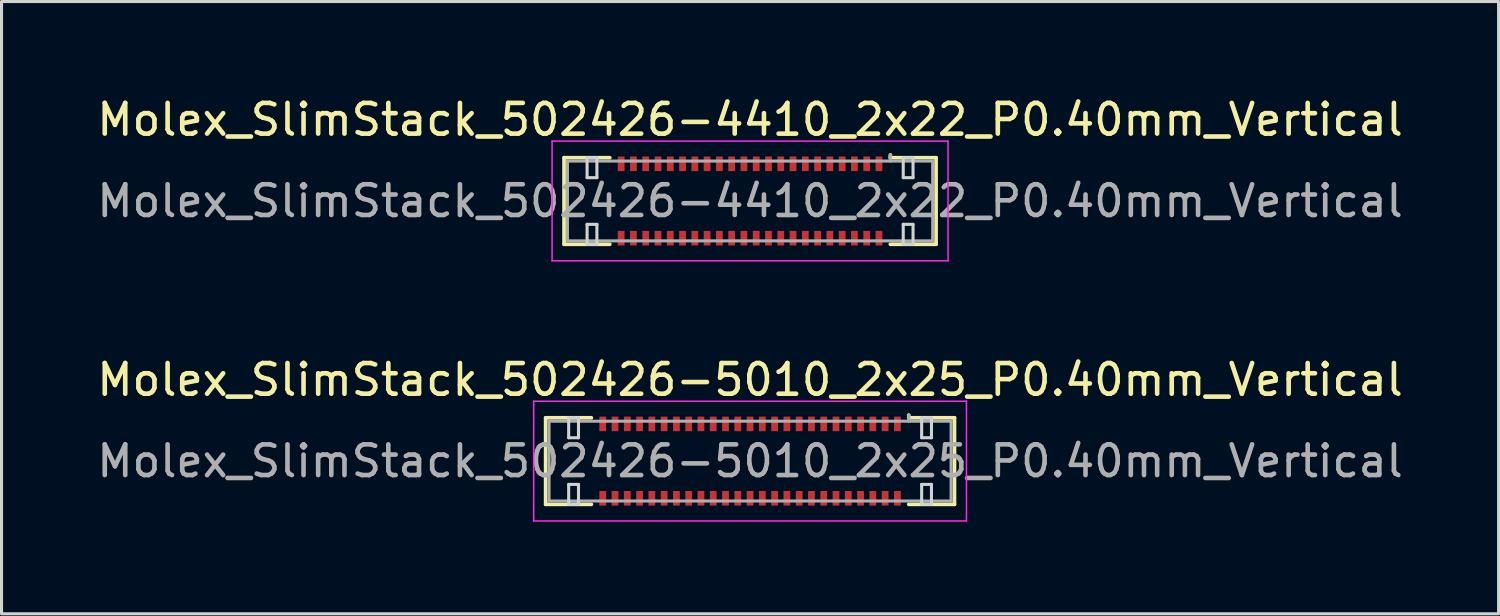
<source format=kicad_pcb>
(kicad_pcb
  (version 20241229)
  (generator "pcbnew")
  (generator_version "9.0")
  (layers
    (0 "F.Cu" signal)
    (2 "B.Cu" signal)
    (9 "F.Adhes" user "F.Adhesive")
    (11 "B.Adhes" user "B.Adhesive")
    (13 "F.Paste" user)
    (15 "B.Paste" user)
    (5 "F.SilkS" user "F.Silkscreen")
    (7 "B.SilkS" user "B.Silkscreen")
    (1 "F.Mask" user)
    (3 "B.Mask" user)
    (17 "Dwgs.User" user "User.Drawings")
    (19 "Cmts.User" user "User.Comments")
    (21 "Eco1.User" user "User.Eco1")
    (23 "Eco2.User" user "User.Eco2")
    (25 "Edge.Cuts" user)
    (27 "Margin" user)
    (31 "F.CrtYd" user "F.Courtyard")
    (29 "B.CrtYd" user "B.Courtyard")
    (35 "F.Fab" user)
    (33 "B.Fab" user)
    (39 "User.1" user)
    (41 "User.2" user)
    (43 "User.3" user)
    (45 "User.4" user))
  (footprint "Molex_SlimStack_502426-4410_2x22_P0.40mm_Vertical"
    (layer "F.Cu")
    (at 21.387 3.498)
    (property "Reference" "Molex_SlimStack_502426-4410_2x22_P0.40mm_Vertical" (at 0 -2.65 0) (layer "F.SilkS") (effects (font (size 1 1) (thickness 0.15))))
    (attr smd)
    (fp_line (start -6.06 -1.41) (end -4.57 -1.41) (stroke (width 0.12) (type solid)) (layer "F.SilkS"))
    (fp_line (start -6.06 1.41) (end -6.06 -1.41) (stroke (width 0.12) (type solid)) (layer "F.SilkS"))
    (fp_line (start -4.57 1.41) (end -6.06 1.41) (stroke (width 0.12) (type solid)) (layer "F.SilkS"))
    (fp_line (start 4.57 -1.41) (end 4.57 -1.5) (stroke (width 0.12) (type solid)) (layer "F.SilkS"))
    (fp_line (start 4.57 1.41) (end 6.06 1.41) (stroke (width 0.12) (type solid)) (layer "F.SilkS"))
    (fp_line (start 6.06 -1.41) (end 4.57 -1.41) (stroke (width 0.12) (type solid)) (layer "F.SilkS"))
    (fp_line (start 6.06 1.41) (end 6.06 -1.41) (stroke (width 0.12) (type solid)) (layer "F.SilkS"))
    (fp_line (start -5.31 -1.41) (end -5.31 -0.76) (stroke (width 0.1) (type solid)) (layer "Edge.Cuts"))
    (fp_line (start -5.31 -0.76) (end -4.99 -0.76) (stroke (width 0.1) (type solid)) (layer "Edge.Cuts"))
    (fp_line (start -5.31 0.76) (end -5.31 1.41) (stroke (width 0.1) (type solid)) (layer "Edge.Cuts"))
    (fp_line (start -5.31 1.41) (end -4.99 1.41) (stroke (width 0.1) (type solid)) (layer "Edge.Cuts"))
    (fp_line (start -4.99 -1.41) (end -5.31 -1.41) (stroke (width 0.1) (type solid)) (layer "Edge.Cuts"))
    (fp_line (start -4.99 -0.76) (end -4.99 -1.41) (stroke (width 0.1) (type solid)) (layer "Edge.Cuts"))
    (fp_line (start -4.99 0.76) (end -5.31 0.76) (stroke (width 0.1) (type solid)) (layer "Edge.Cuts"))
    (fp_line (start -4.99 1.41) (end -4.99 0.76) (stroke (width 0.1) (type solid)) (layer "Edge.Cuts"))
    (fp_line (start 4.99 -1.41) (end 4.99 -0.76) (stroke (width 0.1) (type solid)) (layer "Edge.Cuts"))
    (fp_line (start 4.99 -0.76) (end 5.31 -0.76) (stroke (width 0.1) (type solid)) (layer "Edge.Cuts"))
    (fp_line (start 4.99 0.76) (end 4.99 1.41) (stroke (width 0.1) (type solid)) (layer "Edge.Cuts"))
    (fp_line (start 4.99 1.41) (end 5.31 1.41) (stroke (width 0.1) (type solid)) (layer "Edge.Cuts"))
    (fp_line (start 5.31 -1.41) (end 4.99 -1.41) (stroke (width 0.1) (type solid)) (layer "Edge.Cuts"))
    (fp_line (start 5.31 -0.76) (end 5.31 -1.41) (stroke (width 0.1) (type solid)) (layer "Edge.Cuts"))
    (fp_line (start 5.31 0.76) (end 4.99 0.76) (stroke (width 0.1) (type solid)) (layer "Edge.Cuts"))
    (fp_line (start 5.31 1.41) (end 5.31 0.76) (stroke (width 0.1) (type solid)) (layer "Edge.Cuts"))
    (fp_line (start -6.45 -1.95) (end -6.45 1.95) (stroke (width 0.05) (type solid)) (layer "F.CrtYd"))
    (fp_line (start -6.45 1.95) (end 6.45 1.95) (stroke (width 0.05) (type solid)) (layer "F.CrtYd"))
    (fp_line (start 6.45 -1.95) (end -6.45 -1.95) (stroke (width 0.05) (type solid)) (layer "F.CrtYd"))
    (fp_line (start 6.45 1.95) (end 6.45 -1.95) (stroke (width 0.05) (type solid)) (layer "F.CrtYd"))
    (fp_line (start -5.95 -1.3) (end -5.95 1.3) (stroke (width 0.1) (type solid)) (layer "F.Fab"))
    (fp_line (start -5.95 1.3) (end 5.95 1.3) (stroke (width 0.1) (type solid)) (layer "F.Fab"))
    (fp_line (start 4.57 -1.3) (end 4.57 -1.5) (stroke (width 0.1) (type solid)) (layer "F.Fab"))
    (fp_line (start 5.95 -1.3) (end -5.95 -1.3) (stroke (width 0.1) (type solid)) (layer "F.Fab"))
    (fp_line (start 5.95 1.3) (end 5.95 -1.3) (stroke (width 0.1) (type solid)) (layer "F.Fab"))
    (fp_text user "${REFERENCE}" (at 0 0 0) (layer "F.Fab") (effects (font (size 1 1) (thickness 0.15))))
    (pad "1" smd rect (at 4.2 -1.212) (size 0.22 0.475) (layers "F.Cu" "F.Mask" "F.Paste"))
    (pad "2" smd rect (at 4.2 1.212) (size 0.22 0.475) (layers "F.Cu" "F.Mask" "F.Paste"))
    (pad "3" smd rect (at 3.8 -1.212) (size 0.22 0.475) (layers "F.Cu" "F.Mask" "F.Paste"))
    (pad "4" smd rect (at 3.8 1.212) (size 0.22 0.475) (layers "F.Cu" "F.Mask" "F.Paste"))
    (pad "5" smd rect (at 3.4 -1.212) (size 0.22 0.475) (layers "F.Cu" "F.Mask" "F.Paste"))
    (pad "6" smd rect (at 3.4 1.212) (size 0.22 0.475) (layers "F.Cu" "F.Mask" "F.Paste"))
    (pad "7" smd rect (at 3 -1.212) (size 0.22 0.475) (layers "F.Cu" "F.Mask" "F.Paste"))
    (pad "8" smd rect (at 3 1.212) (size 0.22 0.475) (layers "F.Cu" "F.Mask" "F.Paste"))
    (pad "9" smd rect (at 2.6 -1.212) (size 0.22 0.475) (layers "F.Cu" "F.Mask" "F.Paste"))
    (pad "10" smd rect (at 2.6 1.212) (size 0.22 0.475) (layers "F.Cu" "F.Mask" "F.Paste"))
    (pad "11" smd rect (at 2.2 -1.212) (size 0.22 0.475) (layers "F.Cu" "F.Mask" "F.Paste"))
    (pad "12" smd rect (at 2.2 1.212) (size 0.22 0.475) (layers "F.Cu" "F.Mask" "F.Paste"))
    (pad "13" smd rect (at 1.8 -1.212) (size 0.22 0.475) (layers "F.Cu" "F.Mask" "F.Paste"))
    (pad "14" smd rect (at 1.8 1.212) (size 0.22 0.475) (layers "F.Cu" "F.Mask" "F.Paste"))
    (pad "15" smd rect (at 1.4 -1.212) (size 0.22 0.475) (layers "F.Cu" "F.Mask" "F.Paste"))
    (pad "16" smd rect (at 1.4 1.212) (size 0.22 0.475) (layers "F.Cu" "F.Mask" "F.Paste"))
    (pad "17" smd rect (at 1 -1.212) (size 0.22 0.475) (layers "F.Cu" "F.Mask" "F.Paste"))
    (pad "18" smd rect (at 1 1.212) (size 0.22 0.475) (layers "F.Cu" "F.Mask" "F.Paste"))
    (pad "19" smd rect (at 0.6 -1.212) (size 0.22 0.475) (layers "F.Cu" "F.Mask" "F.Paste"))
    (pad "20" smd rect (at 0.6 1.212) (size 0.22 0.475) (layers "F.Cu" "F.Mask" "F.Paste"))
    (pad "21" smd rect (at 0.2 -1.212) (size 0.22 0.475) (layers "F.Cu" "F.Mask" "F.Paste"))
    (pad "22" smd rect (at 0.2 1.212) (size 0.22 0.475) (layers "F.Cu" "F.Mask" "F.Paste"))
    (pad "23" smd rect (at -0.2 -1.212) (size 0.22 0.475) (layers "F.Cu" "F.Mask" "F.Paste"))
    (pad "24" smd rect (at -0.2 1.212) (size 0.22 0.475) (layers "F.Cu" "F.Mask" "F.Paste"))
    (pad "25" smd rect (at -0.6 -1.212) (size 0.22 0.475) (layers "F.Cu" "F.Mask" "F.Paste"))
    (pad "26" smd rect (at -0.6 1.212) (size 0.22 0.475) (layers "F.Cu" "F.Mask" "F.Paste"))
    (pad "27" smd rect (at -1 -1.212) (size 0.22 0.475) (layers "F.Cu" "F.Mask" "F.Paste"))
    (pad "28" smd rect (at -1 1.212) (size 0.22 0.475) (layers "F.Cu" "F.Mask" "F.Paste"))
    (pad "29" smd rect (at -1.4 -1.212) (size 0.22 0.475) (layers "F.Cu" "F.Mask" "F.Paste"))
    (pad "30" smd rect (at -1.4 1.212) (size 0.22 0.475) (layers "F.Cu" "F.Mask" "F.Paste"))
    (pad "31" smd rect (at -1.8 -1.212) (size 0.22 0.475) (layers "F.Cu" "F.Mask" "F.Paste"))
    (pad "32" smd rect (at -1.8 1.212) (size 0.22 0.475) (layers "F.Cu" "F.Mask" "F.Paste"))
    (pad "33" smd rect (at -2.2 -1.212) (size 0.22 0.475) (layers "F.Cu" "F.Mask" "F.Paste"))
    (pad "34" smd rect (at -2.2 1.212) (size 0.22 0.475) (layers "F.Cu" "F.Mask" "F.Paste"))
    (pad "35" smd rect (at -2.6 -1.212) (size 0.22 0.475) (layers "F.Cu" "F.Mask" "F.Paste"))
    (pad "36" smd rect (at -2.6 1.212) (size 0.22 0.475) (layers "F.Cu" "F.Mask" "F.Paste"))
    (pad "37" smd rect (at -3 -1.212) (size 0.22 0.475) (layers "F.Cu" "F.Mask" "F.Paste"))
    (pad "38" smd rect (at -3 1.212) (size 0.22 0.475) (layers "F.Cu" "F.Mask" "F.Paste"))
    (pad "39" smd rect (at -3.4 -1.212) (size 0.22 0.475) (layers "F.Cu" "F.Mask" "F.Paste"))
    (pad "40" smd rect (at -3.4 1.212) (size 0.22 0.475) (layers "F.Cu" "F.Mask" "F.Paste"))
    (pad "41" smd rect (at -3.8 -1.212) (size 0.22 0.475) (layers "F.Cu" "F.Mask" "F.Paste"))
    (pad "42" smd rect (at -3.8 1.212) (size 0.22 0.475) (layers "F.Cu" "F.Mask" "F.Paste"))
    (pad "43" smd rect (at -4.2 -1.212) (size 0.22 0.475) (layers "F.Cu" "F.Mask" "F.Paste"))
    (pad "44" smd rect (at -4.2 1.212) (size 0.22 0.475) (layers "F.Cu" "F.Mask" "F.Paste")))
  (footprint "Molex_SlimStack_502426-5010_2x25_P0.40mm_Vertical"
    (layer "F.Cu")
    (at 21.387 11.972)
    (property "Reference" "Molex_SlimStack_502426-5010_2x25_P0.40mm_Vertical" (at 0 -2.65 0) (layer "F.SilkS") (effects (font (size 1 1) (thickness 0.15))))
    (attr smd)
    (fp_line (start -6.66 -1.41) (end -5.17 -1.41) (stroke (width 0.12) (type solid)) (layer "F.SilkS"))
    (fp_line (start -6.66 1.41) (end -6.66 -1.41) (stroke (width 0.12) (type solid)) (layer "F.SilkS"))
    (fp_line (start -5.17 1.41) (end -6.66 1.41) (stroke (width 0.12) (type solid)) (layer "F.SilkS"))
    (fp_line (start 5.17 -1.41) (end 5.17 -1.5) (stroke (width 0.12) (type solid)) (layer "F.SilkS"))
    (fp_line (start 5.17 1.41) (end 6.66 1.41) (stroke (width 0.12) (type solid)) (layer "F.SilkS"))
    (fp_line (start 6.66 -1.41) (end 5.17 -1.41) (stroke (width 0.12) (type solid)) (layer "F.SilkS"))
    (fp_line (start 6.66 1.41) (end 6.66 -1.41) (stroke (width 0.12) (type solid)) (layer "F.SilkS"))
    (fp_line (start -5.91 -1.41) (end -5.91 -0.76) (stroke (width 0.1) (type solid)) (layer "Edge.Cuts"))
    (fp_line (start -5.91 -0.76) (end -5.59 -0.76) (stroke (width 0.1) (type solid)) (layer "Edge.Cuts"))
    (fp_line (start -5.91 0.76) (end -5.91 1.41) (stroke (width 0.1) (type solid)) (layer "Edge.Cuts"))
    (fp_line (start -5.91 1.41) (end -5.59 1.41) (stroke (width 0.1) (type solid)) (layer "Edge.Cuts"))
    (fp_line (start -5.59 -1.41) (end -5.91 -1.41) (stroke (width 0.1) (type solid)) (layer "Edge.Cuts"))
    (fp_line (start -5.59 -0.76) (end -5.59 -1.41) (stroke (width 0.1) (type solid)) (layer "Edge.Cuts"))
    (fp_line (start -5.59 0.76) (end -5.91 0.76) (stroke (width 0.1) (type solid)) (layer "Edge.Cuts"))
    (fp_line (start -5.59 1.41) (end -5.59 0.76) (stroke (width 0.1) (type solid)) (layer "Edge.Cuts"))
    (fp_line (start 5.59 -1.41) (end 5.59 -0.76) (stroke (width 0.1) (type solid)) (layer "Edge.Cuts"))
    (fp_line (start 5.59 -0.76) (end 5.91 -0.76) (stroke (width 0.1) (type solid)) (layer "Edge.Cuts"))
    (fp_line (start 5.59 0.76) (end 5.59 1.41) (stroke (width 0.1) (type solid)) (layer "Edge.Cuts"))
    (fp_line (start 5.59 1.41) (end 5.91 1.41) (stroke (width 0.1) (type solid)) (layer "Edge.Cuts"))
    (fp_line (start 5.91 -1.41) (end 5.59 -1.41) (stroke (width 0.1) (type solid)) (layer "Edge.Cuts"))
    (fp_line (start 5.91 -0.76) (end 5.91 -1.41) (stroke (width 0.1) (type solid)) (layer "Edge.Cuts"))
    (fp_line (start 5.91 0.76) (end 5.59 0.76) (stroke (width 0.1) (type solid)) (layer "Edge.Cuts"))
    (fp_line (start 5.91 1.41) (end 5.91 0.76) (stroke (width 0.1) (type solid)) (layer "Edge.Cuts"))
    (fp_line (start -7.05 -1.95) (end -7.05 1.95) (stroke (width 0.05) (type solid)) (layer "F.CrtYd"))
    (fp_line (start -7.05 1.95) (end 7.05 1.95) (stroke (width 0.05) (type solid)) (layer "F.CrtYd"))
    (fp_line (start 7.05 -1.95) (end -7.05 -1.95) (stroke (width 0.05) (type solid)) (layer "F.CrtYd"))
    (fp_line (start 7.05 1.95) (end 7.05 -1.95) (stroke (width 0.05) (type solid)) (layer "F.CrtYd"))
    (fp_line (start -6.55 -1.3) (end -6.55 1.3) (stroke (width 0.1) (type solid)) (layer "F.Fab"))
    (fp_line (start -6.55 1.3) (end 6.55 1.3) (stroke (width 0.1) (type solid)) (layer "F.Fab"))
    (fp_line (start 5.17 -1.3) (end 5.17 -1.5) (stroke (width 0.1) (type solid)) (layer "F.Fab"))
    (fp_line (start 6.55 -1.3) (end -6.55 -1.3) (stroke (width 0.1) (type solid)) (layer "F.Fab"))
    (fp_line (start 6.55 1.3) (end 6.55 -1.3) (stroke (width 0.1) (type solid)) (layer "F.Fab"))
    (fp_text user "${REFERENCE}" (at 0 0 0) (layer "F.Fab") (effects (font (size 1 1) (thickness 0.15))))
    (pad "1" smd rect (at 4.8 -1.212) (size 0.22 0.475) (layers "F.Cu" "F.Mask" "F.Paste"))
    (pad "2" smd rect (at 4.8 1.212) (size 0.22 0.475) (layers "F.Cu" "F.Mask" "F.Paste"))
    (pad "3" smd rect (at 4.4 -1.212) (size 0.22 0.475) (layers "F.Cu" "F.Mask" "F.Paste"))
    (pad "4" smd rect (at 4.4 1.212) (size 0.22 0.475) (layers "F.Cu" "F.Mask" "F.Paste"))
    (pad "5" smd rect (at 4 -1.212) (size 0.22 0.475) (layers "F.Cu" "F.Mask" "F.Paste"))
    (pad "6" smd rect (at 4 1.212) (size 0.22 0.475) (layers "F.Cu" "F.Mask" "F.Paste"))
    (pad "7" smd rect (at 3.6 -1.212) (size 0.22 0.475) (layers "F.Cu" "F.Mask" "F.Paste"))
    (pad "8" smd rect (at 3.6 1.212) (size 0.22 0.475) (layers "F.Cu" "F.Mask" "F.Paste"))
    (pad "9" smd rect (at 3.2 -1.212) (size 0.22 0.475) (layers "F.Cu" "F.Mask" "F.Paste"))
    (pad "10" smd rect (at 3.2 1.212) (size 0.22 0.475) (layers "F.Cu" "F.Mask" "F.Paste"))
    (pad "11" smd rect (at 2.8 -1.212) (size 0.22 0.475) (layers "F.Cu" "F.Mask" "F.Paste"))
    (pad "12" smd rect (at 2.8 1.212) (size 0.22 0.475) (layers "F.Cu" "F.Mask" "F.Paste"))
    (pad "13" smd rect (at 2.4 -1.212) (size 0.22 0.475) (layers "F.Cu" "F.Mask" "F.Paste"))
    (pad "14" smd rect (at 2.4 1.212) (size 0.22 0.475) (layers "F.Cu" "F.Mask" "F.Paste"))
    (pad "15" smd rect (at 2 -1.212) (size 0.22 0.475) (layers "F.Cu" "F.Mask" "F.Paste"))
    (pad "16" smd rect (at 2 1.212) (size 0.22 0.475) (layers "F.Cu" "F.Mask" "F.Paste"))
    (pad "17" smd rect (at 1.6 -1.212) (size 0.22 0.475) (layers "F.Cu" "F.Mask" "F.Paste"))
    (pad "18" smd rect (at 1.6 1.212) (size 0.22 0.475) (layers "F.Cu" "F.Mask" "F.Paste"))
    (pad "19" smd rect (at 1.2 -1.212) (size 0.22 0.475) (layers "F.Cu" "F.Mask" "F.Paste"))
    (pad "20" smd rect (at 1.2 1.212) (size 0.22 0.475) (layers "F.Cu" "F.Mask" "F.Paste"))
    (pad "21" smd rect (at 0.8 -1.212) (size 0.22 0.475) (layers "F.Cu" "F.Mask" "F.Paste"))
    (pad "22" smd rect (at 0.8 1.212) (size 0.22 0.475) (layers "F.Cu" "F.Mask" "F.Paste"))
    (pad "23" smd rect (at 0.4 -1.212) (size 0.22 0.475) (layers "F.Cu" "F.Mask" "F.Paste"))
    (pad "24" smd rect (at 0.4 1.212) (size 0.22 0.475) (layers "F.Cu" "F.Mask" "F.Paste"))
    (pad "25" smd rect (at 0 -1.212) (size 0.22 0.475) (layers "F.Cu" "F.Mask" "F.Paste"))
    (pad "26" smd rect (at 0 1.212) (size 0.22 0.475) (layers "F.Cu" "F.Mask" "F.Paste"))
    (pad "27" smd rect (at -0.4 -1.212) (size 0.22 0.475) (layers "F.Cu" "F.Mask" "F.Paste"))
    (pad "28" smd rect (at -0.4 1.212) (size 0.22 0.475) (layers "F.Cu" "F.Mask" "F.Paste"))
    (pad "29" smd rect (at -0.8 -1.212) (size 0.22 0.475) (layers "F.Cu" "F.Mask" "F.Paste"))
    (pad "30" smd rect (at -0.8 1.212) (size 0.22 0.475) (layers "F.Cu" "F.Mask" "F.Paste"))
    (pad "31" smd rect (at -1.2 -1.212) (size 0.22 0.475) (layers "F.Cu" "F.Mask" "F.Paste"))
    (pad "32" smd rect (at -1.2 1.212) (size 0.22 0.475) (layers "F.Cu" "F.Mask" "F.Paste"))
    (pad "33" smd rect (at -1.6 -1.212) (size 0.22 0.475) (layers "F.Cu" "F.Mask" "F.Paste"))
    (pad "34" smd rect (at -1.6 1.212) (size 0.22 0.475) (layers "F.Cu" "F.Mask" "F.Paste"))
    (pad "35" smd rect (at -2 -1.212) (size 0.22 0.475) (layers "F.Cu" "F.Mask" "F.Paste"))
    (pad "36" smd rect (at -2 1.212) (size 0.22 0.475) (layers "F.Cu" "F.Mask" "F.Paste"))
    (pad "37" smd rect (at -2.4 -1.212) (size 0.22 0.475) (layers "F.Cu" "F.Mask" "F.Paste"))
    (pad "38" smd rect (at -2.4 1.212) (size 0.22 0.475) (layers "F.Cu" "F.Mask" "F.Paste"))
    (pad "39" smd rect (at -2.8 -1.212) (size 0.22 0.475) (layers "F.Cu" "F.Mask" "F.Paste"))
    (pad "40" smd rect (at -2.8 1.212) (size 0.22 0.475) (layers "F.Cu" "F.Mask" "F.Paste"))
    (pad "41" smd rect (at -3.2 -1.212) (size 0.22 0.475) (layers "F.Cu" "F.Mask" "F.Paste"))
    (pad "42" smd rect (at -3.2 1.212) (size 0.22 0.475) (layers "F.Cu" "F.Mask" "F.Paste"))
    (pad "43" smd rect (at -3.6 -1.212) (size 0.22 0.475) (layers "F.Cu" "F.Mask" "F.Paste"))
    (pad "44" smd rect (at -3.6 1.212) (size 0.22 0.475) (layers "F.Cu" "F.Mask" "F.Paste"))
    (pad "45" smd rect (at -4 -1.212) (size 0.22 0.475) (layers "F.Cu" "F.Mask" "F.Paste"))
    (pad "46" smd rect (at -4 1.212) (size 0.22 0.475) (layers "F.Cu" "F.Mask" "F.Paste"))
    (pad "47" smd rect (at -4.4 -1.212) (size 0.22 0.475) (layers "F.Cu" "F.Mask" "F.Paste"))
    (pad "48" smd rect (at -4.4 1.212) (size 0.22 0.475) (layers "F.Cu" "F.Mask" "F.Paste"))
    (pad "49" smd rect (at -4.8 -1.212) (size 0.22 0.475) (layers "F.Cu" "F.Mask" "F.Paste"))
    (pad "50" smd rect (at -4.8 1.212) (size 0.22 0.475) (layers "F.Cu" "F.Mask" "F.Paste")))
  (gr_rect
    (start -3 -3)
    (end 45.774 16.947)
    (stroke (width 0.1) (type default))
    (fill no)
    (layer "Edge.Cuts")))
</source>
